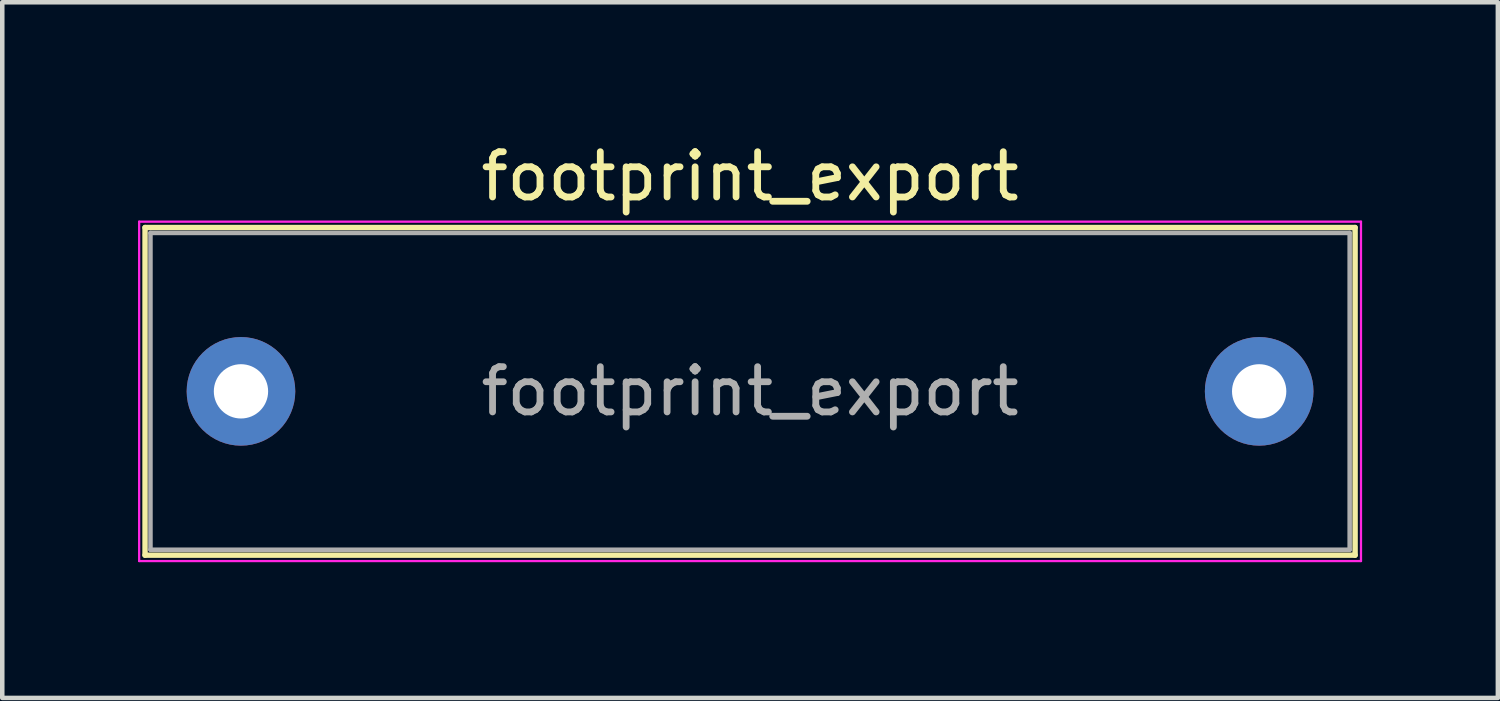
<source format=kicad_pcb>
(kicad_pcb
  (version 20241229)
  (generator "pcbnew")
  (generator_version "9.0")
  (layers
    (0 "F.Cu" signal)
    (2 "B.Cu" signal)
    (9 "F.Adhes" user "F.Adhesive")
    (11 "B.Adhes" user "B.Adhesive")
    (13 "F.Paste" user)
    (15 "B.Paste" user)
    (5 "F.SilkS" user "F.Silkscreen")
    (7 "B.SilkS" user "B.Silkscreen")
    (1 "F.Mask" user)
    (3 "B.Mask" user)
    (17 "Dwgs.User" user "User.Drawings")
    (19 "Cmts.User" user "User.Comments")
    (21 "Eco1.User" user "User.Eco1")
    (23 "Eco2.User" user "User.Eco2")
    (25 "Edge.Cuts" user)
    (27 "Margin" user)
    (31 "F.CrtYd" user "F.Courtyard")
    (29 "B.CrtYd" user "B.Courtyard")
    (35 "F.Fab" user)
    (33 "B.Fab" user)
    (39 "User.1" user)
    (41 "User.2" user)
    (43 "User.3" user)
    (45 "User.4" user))
  (footprint "footprint_export"
    (layer "F.Cu")
    (at 2.275 5.598)
    (property "Reference" "footprint_export" (at 11.25 -4.75 0) (layer "F.SilkS") (effects (font (size 1 1) (thickness 0.15))))
    (attr through_hole)
    (fp_line (start -2.12 -3.62) (end -2.12 3.62) (stroke (width 0.12) (type solid)) (layer "F.SilkS"))
    (fp_line (start -2.12 -3.62) (end 24.62 -3.62) (stroke (width 0.12) (type solid)) (layer "F.SilkS"))
    (fp_line (start -2.12 3.62) (end 24.62 3.62) (stroke (width 0.12) (type solid)) (layer "F.SilkS"))
    (fp_line (start 24.62 -3.62) (end 24.62 3.62) (stroke (width 0.12) (type solid)) (layer "F.SilkS"))
    (fp_line (start -2.25 -3.75) (end -2.25 3.75) (stroke (width 0.05) (type solid)) (layer "F.CrtYd"))
    (fp_line (start -2.25 3.75) (end 24.75 3.75) (stroke (width 0.05) (type solid)) (layer "F.CrtYd"))
    (fp_line (start 24.75 -3.75) (end -2.25 -3.75) (stroke (width 0.05) (type solid)) (layer "F.CrtYd"))
    (fp_line (start 24.75 3.75) (end 24.75 -3.75) (stroke (width 0.05) (type solid)) (layer "F.CrtYd"))
    (fp_line (start -2 -3.5) (end -2 3.5) (stroke (width 0.1) (type solid)) (layer "F.Fab"))
    (fp_line (start -2 3.5) (end 24.5 3.5) (stroke (width 0.1) (type solid)) (layer "F.Fab"))
    (fp_line (start 24.5 -3.5) (end -2 -3.5) (stroke (width 0.1) (type solid)) (layer "F.Fab"))
    (fp_line (start 24.5 3.5) (end 24.5 -3.5) (stroke (width 0.1) (type solid)) (layer "F.Fab"))
    (fp_text user "${REFERENCE}" (at 11.25 0 0) (layer "F.Fab") (effects (font (size 1 1) (thickness 0.15))))
    (pad "1" thru_hole circle (at 0 0) (size 2.4 2.4) (drill 1.2) (layers "*.Cu" "*.Mask"))
    (pad "2" thru_hole circle (at 22.5 0) (size 2.4 2.4) (drill 1.2) (layers "*.Cu" "*.Mask")))
  (gr_rect
    (start -3 -3)
    (end 30.05 12.373)
    (stroke (width 0.1) (type default))
    (fill no)
    (layer "Edge.Cuts")))
</source>
